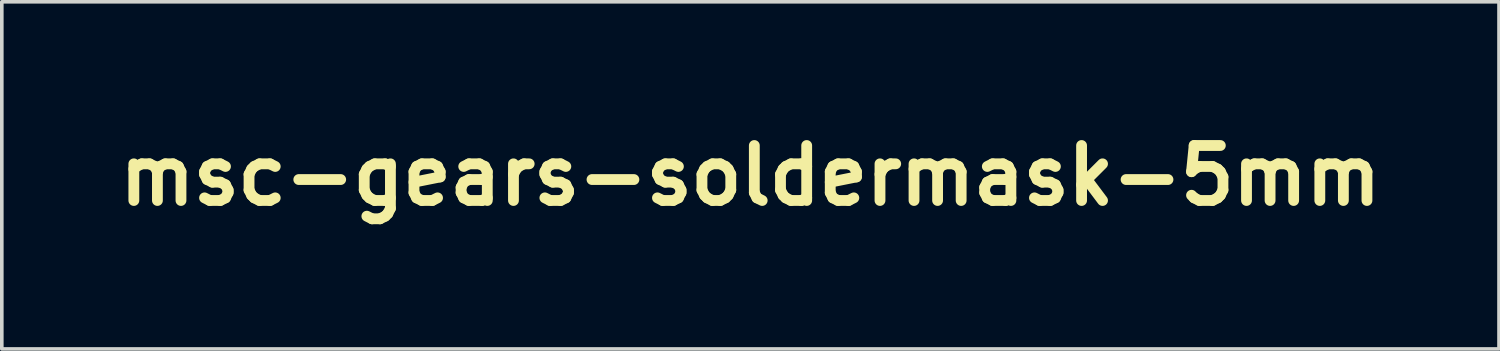
<source format=kicad_pcb>
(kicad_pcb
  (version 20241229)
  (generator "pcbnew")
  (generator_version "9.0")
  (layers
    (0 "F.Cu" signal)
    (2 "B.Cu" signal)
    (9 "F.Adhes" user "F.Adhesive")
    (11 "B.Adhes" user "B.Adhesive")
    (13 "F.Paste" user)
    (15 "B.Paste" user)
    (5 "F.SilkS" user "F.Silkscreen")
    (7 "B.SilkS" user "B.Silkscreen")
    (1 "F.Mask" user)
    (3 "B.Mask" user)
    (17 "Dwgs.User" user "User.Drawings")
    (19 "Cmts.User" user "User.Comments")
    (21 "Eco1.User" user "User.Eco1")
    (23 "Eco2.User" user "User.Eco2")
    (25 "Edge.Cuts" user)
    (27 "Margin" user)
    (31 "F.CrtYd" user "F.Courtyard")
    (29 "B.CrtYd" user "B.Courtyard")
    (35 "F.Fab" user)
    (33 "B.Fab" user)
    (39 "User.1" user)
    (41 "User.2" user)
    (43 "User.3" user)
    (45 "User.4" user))
  (footprint "msc-gears-soldermask-5mm"
    (layer "F.Cu")
    (at 17.751 1.818)
    (property "Reference" "msc-gears-soldermask-5mm" (at 0 0 0) (layer "F.SilkS") (effects (font (size 1.524 1.524) (thickness 0.3))))
    (attr board_only exclude_from_pos_files exclude_from_bom)
    (fp_poly (pts (xy 1.051 -1.769) (xy 1.074 -1.743) (xy 1.091 -1.728) (xy 1.11 -1.722) (xy 1.139 -1.72) (xy 1.153 -1.72) (xy 1.188 -1.721) (xy 1.212 -1.726) (xy 1.231 -1.738) (xy 1.252 -1.757) (xy 1.291 -1.795) (xy 1.366 -1.756) (xy 1.401 -1.737) (xy 1.43 -1.718) (xy 1.447 -1.704) (xy 1.449 -1.701) (xy 1.453 -1.683) (xy 1.452 -1.652) (xy 1.45 -1.631) (xy 1.447 -1.598) (xy 1.45 -1.577) (xy 1.46 -1.559) (xy 1.473 -1.544) (xy 1.493 -1.523) (xy 1.512 -1.513) (xy 1.539 -1.51) (xy 1.554 -1.51) (xy 1.587 -1.508) (xy 1.61 -1.501) (xy 1.628 -1.484) (xy 1.643 -1.456) (xy 1.659 -1.412) (xy 1.663 -1.398) (xy 1.688 -1.321) (xy 1.651 -1.294) (xy 1.619 -1.268) (xy 1.601 -1.246) (xy 1.592 -1.22) (xy 1.59 -1.185) (xy 1.59 -1.182) (xy 1.592 -1.147) (xy 1.6 -1.122) (xy 1.618 -1.096) (xy 1.625 -1.087) (xy 1.645 -1.063) (xy 1.657 -1.044) (xy 1.66 -1.037) (xy 1.655 -1.024) (xy 1.643 -0.999) (xy 1.626 -0.967) (xy 1.625 -0.964) (xy 1.589 -0.9) (xy 1.532 -0.906) (xy 1.499 -0.909) (xy 1.476 -0.906) (xy 1.456 -0.896) (xy 1.43 -0.875) (xy 1.405 -0.853) (xy 1.391 -0.834) (xy 1.384 -0.81) (xy 1.38 -0.777) (xy 1.375 -0.716) (xy 1.3 -0.693) (xy 1.265 -0.683) (xy 1.238 -0.674) (xy 1.225 -0.67) (xy 1.224 -0.67) (xy 1.218 -0.677) (xy 1.204 -0.695) (xy 1.194 -0.706) (xy 1.175 -0.73) (xy 1.162 -0.748) (xy 1.159 -0.752) (xy 1.146 -0.758) (xy 1.12 -0.764) (xy 1.089 -0.767) (xy 1.054 -0.769) (xy 1.031 -0.767) (xy 1.015 -0.759) (xy 0.997 -0.743) (xy 0.991 -0.736) (xy 0.968 -0.715) (xy 0.949 -0.702) (xy 0.943 -0.7) (xy 0.923 -0.705) (xy 0.892 -0.719) (xy 0.857 -0.738) (xy 0.824 -0.759) (xy 0.811 -0.768) (xy 0.793 -0.783) (xy 0.783 -0.796) (xy 0.781 -0.815) (xy 0.784 -0.846) (xy 0.784 -0.851) (xy 0.787 -0.886) (xy 0.785 -0.908) (xy 0.776 -0.928) (xy 0.763 -0.945) (xy 0.745 -0.965) (xy 0.729 -0.975) (xy 0.706 -0.979) (xy 0.678 -0.98) (xy 0.647 -0.981) (xy 0.626 -0.986) (xy 0.609 -0.999) (xy 0.595 -1.023) (xy 0.581 -1.06) (xy 0.57 -1.094) (xy 0.547 -1.164) (xy 0.586 -1.197) (xy 0.609 -1.216) (xy 0.626 -1.228) (xy 0.631 -1.23) (xy 0.632 -1.232) (xy 0.839 -1.232) (xy 0.842 -1.184) (xy 0.849 -1.142) (xy 0.855 -1.123) (xy 0.888 -1.069) (xy 0.936 -1.023) (xy 0.994 -0.989) (xy 1.02 -0.979) (xy 1.061 -0.972) (xy 1.112 -0.972) (xy 1.164 -0.977) (xy 1.203 -0.986) (xy 1.257 -1.013) (xy 1.308 -1.056) (xy 1.351 -1.109) (xy 1.366 -1.137) (xy 1.388 -1.2) (xy 1.394 -1.267) (xy 1.386 -1.333) (xy 1.363 -1.392) (xy 1.328 -1.442) (xy 1.323 -1.446) (xy 1.266 -1.487) (xy 1.201 -1.512) (xy 1.131 -1.52) (xy 1.061 -1.512) (xy 0.995 -1.488) (xy 0.936 -1.449) (xy 0.886 -1.392) (xy 0.854 -1.328) (xy 0.84 -1.255) (xy 0.839 -1.232) (xy 0.632 -1.232) (xy 0.635 -1.239) (xy 0.64 -1.263) (xy 0.644 -1.291) (xy 0.646 -1.325) (xy 0.645 -1.347) (xy 0.636 -1.367) (xy 0.617 -1.391) (xy 0.609 -1.4) (xy 0.569 -1.448) (xy 0.607 -1.519) (xy 0.626 -1.553) (xy 0.64 -1.575) (xy 0.656 -1.584) (xy 0.679 -1.585) (xy 0.713 -1.579) (xy 0.736 -1.575) (xy 0.757 -1.579) (xy 0.789 -1.601) (xy 0.808 -1.616) (xy 0.835 -1.641) (xy 0.851 -1.659) (xy 0.858 -1.678) (xy 0.86 -1.702) (xy 0.86 -1.715) (xy 0.86 -1.768) (xy 0.935 -1.793) (xy 1.009 -1.818)) (stroke (width 0) (type solid)) (fill yes) (layer "F.Mask"))
    (fp_poly (pts (xy 0.509 0.234) (xy 0.522 0.243) (xy 0.54 0.265) (xy 0.56 0.294) (xy 0.585 0.329) (xy 0.607 0.354) (xy 0.624 0.365) (xy 0.624 0.365) (xy 0.645 0.369) (xy 0.678 0.375) (xy 0.708 0.38) (xy 0.771 0.391) (xy 0.833 0.341) (xy 0.895 0.292) (xy 0.987 0.348) (xy 1.034 0.379) (xy 1.066 0.404) (xy 1.085 0.427) (xy 1.092 0.453) (xy 1.09 0.485) (xy 1.083 0.524) (xy 1.068 0.591) (xy 1.105 0.645) (xy 1.126 0.675) (xy 1.144 0.692) (xy 1.163 0.701) (xy 1.188 0.705) (xy 1.233 0.71) (xy 1.265 0.715) (xy 1.287 0.723) (xy 1.302 0.736) (xy 1.314 0.757) (xy 1.323 0.791) (xy 1.335 0.838) (xy 1.342 0.872) (xy 1.367 0.979) (xy 1.235 1.065) (xy 1.222 1.139) (xy 1.209 1.212) (xy 1.249 1.26) (xy 1.275 1.293) (xy 1.291 1.32) (xy 1.295 1.346) (xy 1.288 1.374) (xy 1.269 1.41) (xy 1.246 1.449) (xy 1.189 1.538) (xy 1.132 1.524) (xy 1.086 1.515) (xy 1.052 1.513) (xy 1.022 1.52) (xy 0.99 1.537) (xy 0.959 1.56) (xy 0.892 1.609) (xy 0.885 1.684) (xy 0.881 1.723) (xy 0.877 1.746) (xy 0.87 1.758) (xy 0.859 1.764) (xy 0.852 1.766) (xy 0.827 1.772) (xy 0.792 1.78) (xy 0.765 1.786) (xy 0.73 1.794) (xy 0.701 1.801) (xy 0.687 1.804) (xy 0.674 1.801) (xy 0.657 1.785) (xy 0.634 1.754) (xy 0.626 1.741) (xy 0.583 1.674) (xy 0.5 1.661) (xy 0.463 1.656) (xy 0.437 1.654) (xy 0.415 1.657) (xy 0.393 1.667) (xy 0.366 1.685) (xy 0.329 1.713) (xy 0.319 1.722) (xy 0.306 1.731) (xy 0.295 1.735) (xy 0.282 1.734) (xy 0.263 1.726) (xy 0.236 1.71) (xy 0.196 1.685) (xy 0.177 1.673) (xy 0.135 1.644) (xy 0.109 1.618) (xy 0.097 1.591) (xy 0.096 1.556) (xy 0.104 1.511) (xy 0.119 1.445) (xy 0.083 1.392) (xy 0.064 1.366) (xy 0.047 1.349) (xy 0.027 1.338) (xy -0.001 1.331) (xy -0.043 1.326) (xy -0.053 1.325) (xy -0.087 1.32) (xy -0.106 1.313) (xy -0.117 1.302) (xy -0.122 1.292) (xy -0.128 1.272) (xy -0.137 1.241) (xy -0.147 1.202) (xy -0.157 1.16) (xy -0.166 1.12) (xy -0.173 1.086) (xy -0.178 1.063) (xy -0.178 1.058) (xy 0.176 1.058) (xy 0.19 1.14) (xy 0.223 1.216) (xy 0.274 1.284) (xy 0.28 1.29) (xy 0.348 1.346) (xy 0.426 1.387) (xy 0.51 1.411) (xy 0.598 1.417) (xy 0.684 1.405) (xy 0.685 1.405) (xy 0.768 1.374) (xy 0.841 1.328) (xy 0.902 1.271) (xy 0.951 1.204) (xy 0.985 1.129) (xy 1.004 1.05) (xy 1.007 0.968) (xy 0.991 0.886) (xy 0.974 0.84) (xy 0.937 0.778) (xy 0.883 0.721) (xy 0.818 0.672) (xy 0.773 0.647) (xy 0.74 0.632) (xy 0.713 0.623) (xy 0.686 0.618) (xy 0.651 0.616) (xy 0.603 0.615) (xy 0.6 0.615) (xy 0.551 0.615) (xy 0.516 0.618) (xy 0.488 0.623) (xy 0.461 0.632) (xy 0.429 0.646) (xy 0.427 0.647) (xy 0.347 0.696) (xy 0.28 0.757) (xy 0.229 0.831) (xy 0.194 0.914) (xy 0.181 0.971) (xy 0.176 1.058) (xy -0.178 1.058) (xy -0.178 1.056) (xy -0.128 1.024) (xy -0.093 1.001) (xy -0.068 0.982) (xy -0.053 0.964) (xy -0.044 0.944) (xy -0.039 0.919) (xy -0.035 0.886) (xy -0.034 0.878) (xy -0.031 0.844) (xy -0.034 0.821) (xy -0.044 0.801) (xy -0.057 0.783) (xy -0.079 0.753) (xy -0.098 0.723) (xy -0.103 0.714) (xy -0.109 0.7) (xy -0.112 0.688) (xy -0.108 0.672) (xy -0.097 0.651) (xy -0.078 0.618) (xy -0.063 0.594) (xy -0.04 0.557) (xy -0.021 0.527) (xy -0.008 0.507) (xy -0.005 0.502) (xy 0.006 0.502) (xy 0.031 0.506) (xy 0.065 0.513) (xy 0.074 0.515) (xy 0.15 0.532) (xy 0.203 0.496) (xy 0.233 0.474) (xy 0.259 0.456) (xy 0.273 0.446) (xy 0.285 0.427) (xy 0.295 0.391) (xy 0.299 0.36) (xy 0.305 0.324) (xy 0.311 0.295) (xy 0.316 0.28) (xy 0.317 0.28) (xy 0.33 0.274) (xy 0.357 0.266) (xy 0.393 0.257) (xy 0.4 0.256) (xy 0.439 0.247) (xy 0.473 0.24) (xy 0.494 0.234) (xy 0.496 0.234)) (stroke (width 0) (type solid)) (fill yes) (layer "F.Mask"))
    (fp_poly (pts (xy -0.558 -1.723) (xy -0.542 -1.685) (xy -0.528 -1.649) (xy -0.521 -1.628) (xy -0.513 -1.609) (xy -0.504 -1.597) (xy -0.487 -1.589) (xy -0.457 -1.583) (xy -0.442 -1.581) (xy -0.405 -1.574) (xy -0.375 -1.568) (xy -0.359 -1.564) (xy -0.345 -1.569) (xy -0.322 -1.59) (xy -0.289 -1.628) (xy -0.281 -1.639) (xy -0.218 -1.718) (xy -0.182 -1.703) (xy -0.116 -1.673) (xy -0.067 -1.647) (xy -0.034 -1.622) (xy -0.016 -1.598) (xy -0.007 -1.579) (xy -0.003 -1.562) (xy -0.003 -1.541) (xy -0.007 -1.509) (xy -0.012 -1.482) (xy -0.027 -1.401) (xy 0.065 -1.323) (xy 0.15 -1.356) (xy 0.189 -1.37) (xy 0.221 -1.382) (xy 0.241 -1.388) (xy 0.246 -1.389) (xy 0.256 -1.382) (xy 0.274 -1.361) (xy 0.297 -1.331) (xy 0.324 -1.295) (xy 0.35 -1.257) (xy 0.374 -1.22) (xy 0.387 -1.198) (xy 0.408 -1.162) (xy 0.343 -1.086) (xy 0.278 -1.01) (xy 0.295 -0.961) (xy 0.302 -0.939) (xy 0.309 -0.924) (xy 0.32 -0.914) (xy 0.338 -0.907) (xy 0.367 -0.9) (xy 0.41 -0.893) (xy 0.433 -0.889) (xy 0.469 -0.882) (xy 0.492 -0.875) (xy 0.506 -0.864) (xy 0.517 -0.846) (xy 0.519 -0.841) (xy 0.53 -0.81) (xy 0.54 -0.764) (xy 0.547 -0.708) (xy 0.547 -0.708) (xy 0.556 -0.611) (xy 0.46 -0.577) (xy 0.365 -0.543) (xy 0.358 -0.499) (xy 0.352 -0.465) (xy 0.347 -0.434) (xy 0.346 -0.428) (xy 0.345 -0.413) (xy 0.352 -0.398) (xy 0.369 -0.379) (xy 0.399 -0.354) (xy 0.4 -0.353) (xy 0.431 -0.325) (xy 0.458 -0.295) (xy 0.475 -0.271) (xy 0.475 -0.27) (xy 0.482 -0.253) (xy 0.485 -0.239) (xy 0.482 -0.222) (xy 0.473 -0.197) (xy 0.457 -0.161) (xy 0.45 -0.147) (xy 0.432 -0.11) (xy 0.416 -0.081) (xy 0.405 -0.064) (xy 0.402 -0.061) (xy 0.39 -0.063) (xy 0.363 -0.068) (xy 0.325 -0.075) (xy 0.303 -0.079) (xy 0.211 -0.097) (xy 0.156 -0.029) (xy 0.131 0.002) (xy 0.111 0.028) (xy 0.101 0.045) (xy 0.1 0.048) (xy 0.103 0.06) (xy 0.113 0.087) (xy 0.126 0.123) (xy 0.134 0.143) (xy 0.168 0.23) (xy 0.098 0.28) (xy 0.065 0.304) (xy 0.037 0.323) (xy 0.019 0.335) (xy 0.016 0.336) (xy 0.003 0.332) (xy -0.021 0.317) (xy -0.051 0.294) (xy -0.07 0.278) (xy -0.143 0.216) (xy -0.315 0.277) (xy -0.331 0.374) (xy -0.339 0.415) (xy -0.345 0.449) (xy -0.35 0.47) (xy -0.351 0.474) (xy -0.362 0.477) (xy -0.389 0.48) (xy -0.426 0.483) (xy -0.452 0.485) (xy -0.548 0.492) (xy -0.568 0.454) (xy -0.583 0.421) (xy -0.598 0.381) (xy -0.605 0.362) (xy -0.614 0.335) (xy -0.622 0.318) (xy -0.635 0.306) (xy -0.656 0.299) (xy -0.69 0.291) (xy -0.718 0.286) (xy -0.79 0.272) (xy -0.851 0.349) (xy -0.878 0.381) (xy -0.9 0.407) (xy -0.914 0.422) (xy -0.918 0.425) (xy -0.93 0.421) (xy -0.955 0.411) (xy -0.99 0.396) (xy -1.011 0.386) (xy -1.055 0.366) (xy -1.084 0.349) (xy -1.104 0.332) (xy -1.117 0.312) (xy -1.118 0.311) (xy -1.129 0.29) (xy -1.133 0.271) (xy -1.132 0.248) (xy -1.124 0.215) (xy -1.117 0.179) (xy -1.112 0.148) (xy -1.11 0.132) (xy -1.118 0.112) (xy -1.137 0.086) (xy -1.162 0.063) (xy -1.188 0.046) (xy -1.193 0.045) (xy -1.209 0.045) (xy -1.239 0.052) (xy -1.277 0.064) (xy -1.295 0.071) (xy -1.339 0.086) (xy -1.368 0.094) (xy -1.386 0.095) (xy -1.393 0.091) (xy -1.409 0.075) (xy -1.43 0.047) (xy -1.454 0.012) (xy -1.478 -0.026) (xy -1.501 -0.063) (xy -1.52 -0.096) (xy -1.531 -0.12) (xy -1.534 -0.132) (xy -1.524 -0.145) (xy -1.505 -0.169) (xy -1.479 -0.199) (xy -1.467 -0.212) (xy -1.408 -0.279) (xy -1.426 -0.327) (xy -1.436 -0.355) (xy -1.443 -0.373) (xy -1.445 -0.378) (xy -1.455 -0.38) (xy -1.48 -0.385) (xy -1.516 -0.392) (xy -1.533 -0.394) (xy -1.573 -0.401) (xy -1.606 -0.408) (xy -1.626 -0.413) (xy -1.63 -0.415) (xy -1.647 -0.436) (xy -1.662 -0.472) (xy -1.672 -0.52) (xy -1.674 -0.535) (xy -1.679 -0.576) (xy -1.683 -0.617) (xy -1.686 -0.636) (xy -1.689 -0.666) (xy -1.206 -0.666) (xy -1.205 -0.565) (xy -1.188 -0.465) (xy -1.152 -0.367) (xy -1.149 -0.362) (xy -1.103 -0.288) (xy -1.04 -0.219) (xy -0.965 -0.157) (xy -0.88 -0.105) (xy -0.789 -0.065) (xy -0.696 -0.04) (xy -0.695 -0.04) (xy -0.646 -0.035) (xy -0.585 -0.034) (xy -0.52 -0.038) (xy -0.46 -0.045) (xy -0.411 -0.055) (xy -0.41 -0.056) (xy -0.304 -0.097) (xy -0.209 -0.154) (xy -0.126 -0.225) (xy -0.057 -0.308) (xy -0.003 -0.401) (xy 0.036 -0.502) (xy 0.056 -0.61) (xy 0.06 -0.677) (xy 0.053 -0.779) (xy 0.032 -0.87) (xy -0.006 -0.952) (xy -0.06 -1.03) (xy -0.081 -1.054) (xy -0.164 -1.13) (xy -0.257 -1.19) (xy -0.357 -1.233) (xy -0.463 -1.258) (xy -0.572 -1.265) (xy -0.682 -1.254) (xy -0.791 -1.223) (xy -0.797 -1.22) (xy -0.893 -1.173) (xy -0.978 -1.112) (xy -1.051 -1.038) (xy -1.111 -0.955) (xy -1.158 -0.863) (xy -1.19 -0.767) (xy -1.206 -0.666) (xy -1.689 -0.666) (xy -1.691 -0.677) (xy -1.596 -0.71) (xy -1.501 -0.743) (xy -1.491 -0.792) (xy -1.482 -0.837) (xy -1.481 -0.869) (xy -1.488 -0.893) (xy -1.506 -0.914) (xy -1.533 -0.937) (xy -1.564 -0.964) (xy -1.591 -0.993) (xy -1.605 -1.013) (xy -1.624 -1.049) (xy -1.585 -1.135) (xy -1.568 -1.172) (xy -1.554 -1.202) (xy -1.544 -1.221) (xy -1.541 -1.224) (xy -1.529 -1.224) (xy -1.502 -1.221) (xy -1.465 -1.214) (xy -1.44 -1.21) (xy -1.399 -1.203) (xy -1.365 -1.198) (xy -1.344 -1.197) (xy -1.339 -1.198) (xy -1.331 -1.209) (xy -1.313 -1.23) (xy -1.288 -1.259) (xy -1.281 -1.268) (xy -1.228 -1.331) (xy -1.263 -1.423) (xy -1.299 -1.515) (xy -1.272 -1.537) (xy -1.249 -1.556) (xy -1.217 -1.579) (xy -1.193 -1.596) (xy -1.14 -1.632) (xy -1.098 -1.597) (xy -1.065 -1.57) (xy -1.032 -1.543) (xy -1.02 -1.532) (xy -0.985 -1.503) (xy -0.9 -1.535) (xy -0.815 -1.567) (xy -0.8 -1.663) (xy -0.793 -1.704) (xy -0.787 -1.738) (xy -0.782 -1.759) (xy -0.78 -1.763) (xy -0.768 -1.766) (xy -0.742 -1.769) (xy -0.704 -1.773) (xy -0.679 -1.775) (xy -0.583 -1.782)) (stroke (width 0) (type solid)) (fill yes) (layer "F.Mask")))
  (gr_rect
    (start -3 -3)
    (end 38.502 6.623)
    (stroke (width 0.1) (type default))
    (fill no)
    (layer "Edge.Cuts")))
</source>
